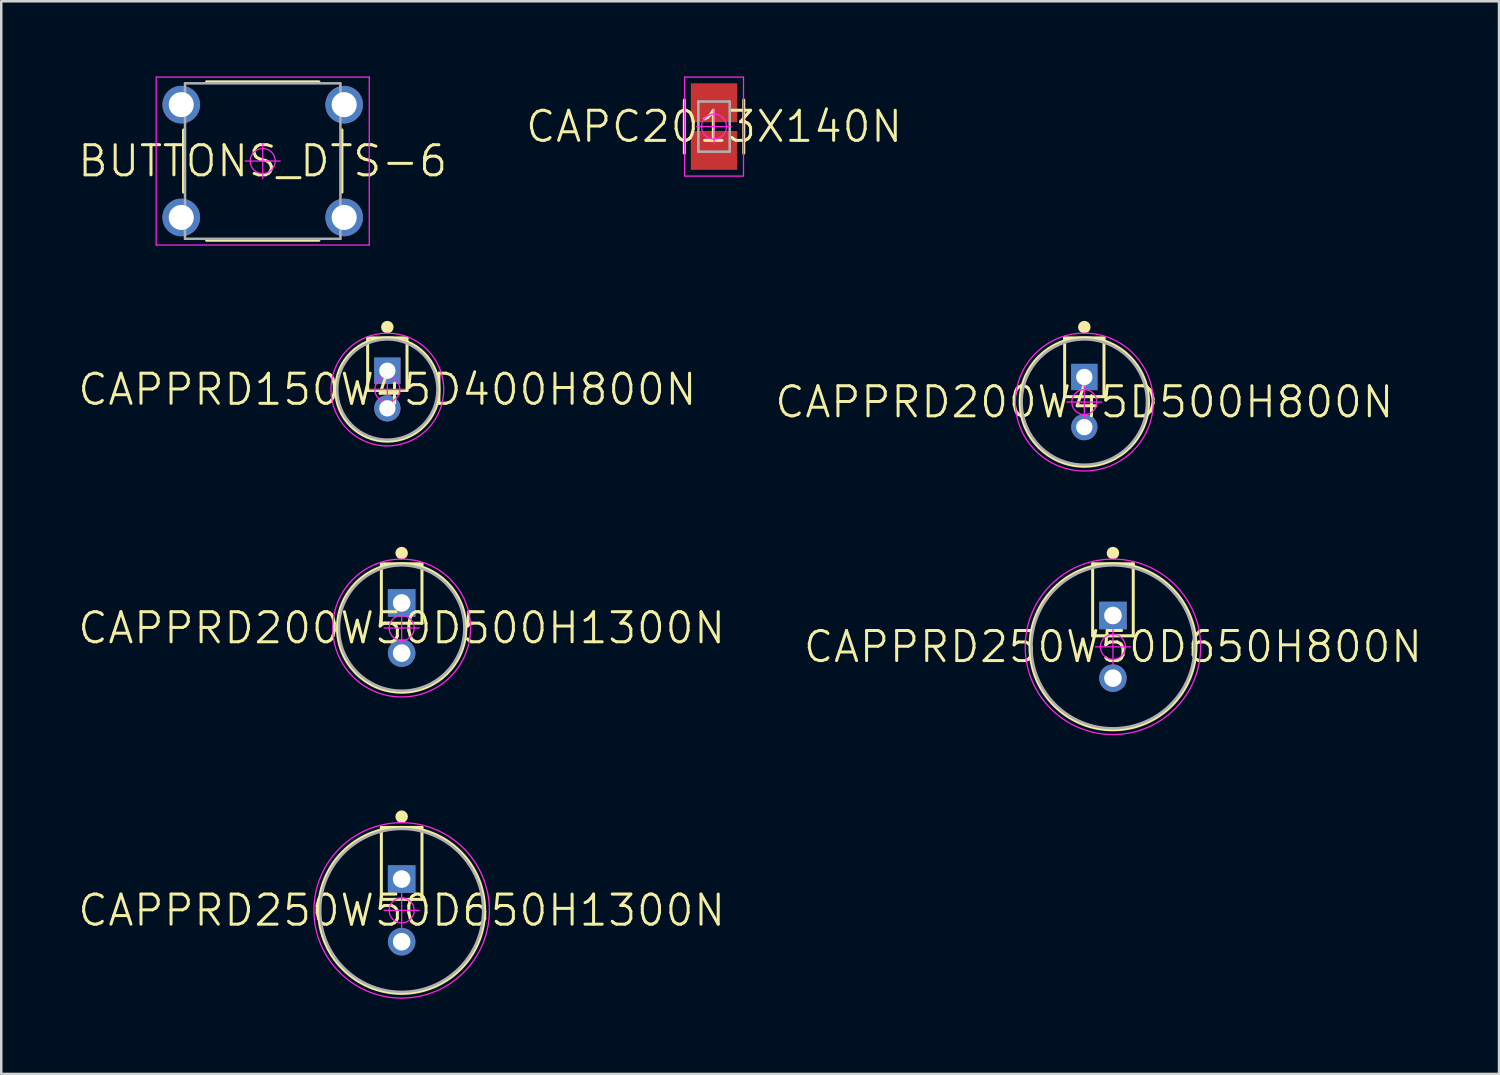
<source format=kicad_pcb>
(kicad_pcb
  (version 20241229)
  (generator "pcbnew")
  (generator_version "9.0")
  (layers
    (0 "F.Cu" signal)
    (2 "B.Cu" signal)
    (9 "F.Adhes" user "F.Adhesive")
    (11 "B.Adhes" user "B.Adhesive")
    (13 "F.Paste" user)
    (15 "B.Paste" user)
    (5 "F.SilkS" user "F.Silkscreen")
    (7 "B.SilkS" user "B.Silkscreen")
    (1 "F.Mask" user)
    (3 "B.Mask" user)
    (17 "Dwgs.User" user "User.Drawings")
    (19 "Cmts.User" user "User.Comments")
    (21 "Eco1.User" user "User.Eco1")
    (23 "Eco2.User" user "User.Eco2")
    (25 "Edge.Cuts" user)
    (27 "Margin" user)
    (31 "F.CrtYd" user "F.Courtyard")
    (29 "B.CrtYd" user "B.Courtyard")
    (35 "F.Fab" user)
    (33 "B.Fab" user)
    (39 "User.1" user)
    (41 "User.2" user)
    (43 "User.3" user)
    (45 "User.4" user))
  (footprint "CAPPRD250W50D650H800N"
    (layer "F.Cu")
    (at 41.351 22.755)
    (property "Reference" "CAPPRD250W50D650H800N" (at 0 0 0) (layer "F.SilkS") (effects (font (size 1.2 1.2) (thickness 0.12))))
    (attr through_hole)
    (fp_line (start -0.81 -3.31) (end 0.81 -3.31) (stroke (width 0.12) (type solid)) (layer "F.SilkS"))
    (fp_line (start -0.81 -0.44) (end -0.81 -3.31) (stroke (width 0.12) (type solid)) (layer "F.SilkS"))
    (fp_line (start 0.81 -3.31) (end 0.81 -0.44) (stroke (width 0.12) (type solid)) (layer "F.SilkS"))
    (fp_line (start 0.81 -0.44) (end -0.81 -0.44) (stroke (width 0.12) (type solid)) (layer "F.SilkS"))
    (fp_circle (center 0 -3.74) (end 0 -3.615) (stroke (width 0.25) (type solid)) (fill no) (layer "F.SilkS"))
    (fp_circle (center 0 0) (end 0 3.31) (stroke (width 0.12) (type solid)) (fill no) (layer "F.SilkS"))
    (fp_line (start -0.7 0) (end 0.7 0) (stroke (width 0.05) (type solid)) (layer "F.CrtYd"))
    (fp_line (start 0 -0.7) (end 0 0.7) (stroke (width 0.05) (type solid)) (layer "F.CrtYd"))
    (fp_circle (center 0 0) (end 0 0.5) (stroke (width 0.05) (type solid)) (fill no) (layer "F.CrtYd"))
    (fp_circle (center 0 0) (end 0 3.5) (stroke (width 0.05) (type solid)) (fill no) (layer "F.CrtYd"))
    (fp_circle (center 0 0) (end 0 3.25) (stroke (width 0.1) (type solid)) (fill no) (layer "F.Fab"))
    (pad "1" thru_hole rect (at 0 -1.25) (size 1.1 1.1) (drill 0.7) (layers "*.Cu" "*.Paste" "*.Mask"))
    (pad "2" thru_hole circle (at 0 1.25) (size 1.1 1.1) (drill 0.7) (layers "*.Cu" "*.Paste" "*.Mask")))
  (footprint "CAPPRD200W45D500H800N"
    (layer "F.Cu")
    (at 40.209 12.99)
    (property "Reference" "CAPPRD200W45D500H800N" (at 0 0 0) (layer "F.SilkS") (effects (font (size 1.2 1.2) (thickness 0.12))))
    (attr through_hole)
    (fp_line (start -0.785 -2.56) (end 0.785 -2.56) (stroke (width 0.12) (type solid)) (layer "F.SilkS"))
    (fp_line (start -0.785 -0.215) (end -0.785 -2.56) (stroke (width 0.12) (type solid)) (layer "F.SilkS"))
    (fp_line (start 0.785 -2.56) (end 0.785 -0.215) (stroke (width 0.12) (type solid)) (layer "F.SilkS"))
    (fp_line (start 0.785 -0.215) (end -0.785 -0.215) (stroke (width 0.12) (type solid)) (layer "F.SilkS"))
    (fp_circle (center 0 -2.99) (end 0 -2.865) (stroke (width 0.25) (type solid)) (fill no) (layer "F.SilkS"))
    (fp_circle (center 0 0) (end 0 2.56) (stroke (width 0.12) (type solid)) (fill no) (layer "F.SilkS"))
    (fp_line (start -0.7 0) (end 0.7 0) (stroke (width 0.05) (type solid)) (layer "F.CrtYd"))
    (fp_line (start 0 -0.7) (end 0 0.7) (stroke (width 0.05) (type solid)) (layer "F.CrtYd"))
    (fp_circle (center 0 0) (end 0 0.5) (stroke (width 0.05) (type solid)) (fill no) (layer "F.CrtYd"))
    (fp_circle (center 0 0) (end 0 2.75) (stroke (width 0.05) (type solid)) (fill no) (layer "F.CrtYd"))
    (fp_circle (center 0 0) (end 0 2.5) (stroke (width 0.1) (type solid)) (fill no) (layer "F.Fab"))
    (pad "1" thru_hole rect (at 0 -1) (size 1.05 1.05) (drill 0.65) (layers "*.Cu" "*.Paste" "*.Mask"))
    (pad "2" thru_hole circle (at 0 1) (size 1.05 1.05) (drill 0.65) (layers "*.Cu" "*.Paste" "*.Mask")))
  (footprint "CAPPRD150W45D400H800N"
    (layer "F.Cu")
    (at 12.403 12.49)
    (property "Reference" "CAPPRD150W45D400H800N" (at 0 0 0) (layer "F.SilkS") (effects (font (size 1.2 1.2) (thickness 0.12))))
    (attr through_hole)
    (fp_line (start -0.785 -2.06) (end 0.785 -2.06) (stroke (width 0.12) (type solid)) (layer "F.SilkS"))
    (fp_line (start -0.785 0.035) (end -0.785 -2.06) (stroke (width 0.12) (type solid)) (layer "F.SilkS"))
    (fp_line (start 0.785 -2.06) (end 0.785 0.035) (stroke (width 0.12) (type solid)) (layer "F.SilkS"))
    (fp_line (start 0.785 0.035) (end -0.785 0.035) (stroke (width 0.12) (type solid)) (layer "F.SilkS"))
    (fp_circle (center 0 -2.49) (end 0 -2.365) (stroke (width 0.25) (type solid)) (fill no) (layer "F.SilkS"))
    (fp_circle (center 0 0) (end 0 2.06) (stroke (width 0.12) (type solid)) (fill no) (layer "F.SilkS"))
    (fp_line (start -0.7 0) (end 0.7 0) (stroke (width 0.05) (type solid)) (layer "F.CrtYd"))
    (fp_line (start 0 -0.7) (end 0 0.7) (stroke (width 0.05) (type solid)) (layer "F.CrtYd"))
    (fp_circle (center 0 0) (end 0 0.5) (stroke (width 0.05) (type solid)) (fill no) (layer "F.CrtYd"))
    (fp_circle (center 0 0) (end 0 2.25) (stroke (width 0.05) (type solid)) (fill no) (layer "F.CrtYd"))
    (fp_circle (center 0 0) (end 0 2) (stroke (width 0.1) (type solid)) (fill no) (layer "F.Fab"))
    (pad "1" thru_hole rect (at 0 -0.75) (size 1.05 1.05) (drill 0.65) (layers "*.Cu" "*.Paste" "*.Mask"))
    (pad "2" thru_hole circle (at 0 0.75) (size 1.05 1.05) (drill 0.65) (layers "*.Cu" "*.Paste" "*.Mask")))
  (footprint "BUTTONS_DTS-6"
    (layer "F.Cu")
    (at 7.431 3.375)
    (property "Reference" "BUTTONS_DTS-6" (at 0 0 0) (layer "F.SilkS") (effects (font (size 1.2 1.2) (thickness 0.12))))
    (attr through_hole)
    (fp_line (start -3.16 -1.24) (end -3.16 1.24) (stroke (width 0.12) (type solid)) (layer "F.SilkS"))
    (fp_line (start -2.24 -3.16) (end 2.24 -3.16) (stroke (width 0.12) (type solid)) (layer "F.SilkS"))
    (fp_line (start -2.24 3.16) (end 2.24 3.16) (stroke (width 0.12) (type solid)) (layer "F.SilkS"))
    (fp_line (start 3.16 -1.24) (end 3.16 1.24) (stroke (width 0.12) (type solid)) (layer "F.SilkS"))
    (fp_line (start -4.25 -3.35) (end 4.25 -3.35) (stroke (width 0.05) (type solid)) (layer "F.CrtYd"))
    (fp_line (start -4.25 3.35) (end -4.25 -3.35) (stroke (width 0.05) (type solid)) (layer "F.CrtYd"))
    (fp_line (start -0.7 0) (end 0.7 0) (stroke (width 0.05) (type solid)) (layer "F.CrtYd"))
    (fp_line (start 0 -0.7) (end 0 0.7) (stroke (width 0.05) (type solid)) (layer "F.CrtYd"))
    (fp_line (start 4.25 -3.35) (end 4.25 3.35) (stroke (width 0.05) (type solid)) (layer "F.CrtYd"))
    (fp_line (start 4.25 3.35) (end -4.25 3.35) (stroke (width 0.05) (type solid)) (layer "F.CrtYd"))
    (fp_circle (center 0 0) (end 0 0.5) (stroke (width 0.05) (type solid)) (fill no) (layer "F.CrtYd"))
    (fp_line (start -3.1 -3.1) (end 3.1 -3.1) (stroke (width 0.1) (type solid)) (layer "F.Fab"))
    (fp_line (start -3.1 3.1) (end -3.1 -3.1) (stroke (width 0.1) (type solid)) (layer "F.Fab"))
    (fp_line (start 3.1 -3.1) (end 3.1 3.1) (stroke (width 0.1) (type solid)) (layer "F.Fab"))
    (fp_line (start 3.1 3.1) (end -3.1 3.1) (stroke (width 0.1) (type solid)) (layer "F.Fab"))
    (pad "1" thru_hole circle (at -3.25 -2.25) (size 1.5 1.5) (drill 1) (layers "*.Cu" "*.Paste" "*.Mask"))
    (pad "2" thru_hole circle (at 3.25 -2.25) (size 1.5 1.5) (drill 1) (layers "*.Cu" "*.Paste" "*.Mask"))
    (pad "3" thru_hole circle (at -3.25 2.25) (size 1.5 1.5) (drill 1) (layers "*.Cu" "*.Paste" "*.Mask"))
    (pad "4" thru_hole circle (at 3.25 2.25) (size 1.5 1.5) (drill 1) (layers "*.Cu" "*.Paste" "*.Mask")))
  (footprint "CAPPRD250W50D650H1300N"
    (layer "F.Cu")
    (at 12.974 33.27)
    (property "Reference" "CAPPRD250W50D650H1300N" (at 0 0 0) (layer "F.SilkS") (effects (font (size 1.2 1.2) (thickness 0.12))))
    (attr through_hole)
    (fp_line (start -0.81 -3.31) (end 0.81 -3.31) (stroke (width 0.12) (type solid)) (layer "F.SilkS"))
    (fp_line (start -0.81 -0.44) (end -0.81 -3.31) (stroke (width 0.12) (type solid)) (layer "F.SilkS"))
    (fp_line (start 0.81 -3.31) (end 0.81 -0.44) (stroke (width 0.12) (type solid)) (layer "F.SilkS"))
    (fp_line (start 0.81 -0.44) (end -0.81 -0.44) (stroke (width 0.12) (type solid)) (layer "F.SilkS"))
    (fp_circle (center 0 -3.74) (end 0 -3.615) (stroke (width 0.25) (type solid)) (fill no) (layer "F.SilkS"))
    (fp_circle (center 0 0) (end 0 3.31) (stroke (width 0.12) (type solid)) (fill no) (layer "F.SilkS"))
    (fp_line (start -0.7 0) (end 0.7 0) (stroke (width 0.05) (type solid)) (layer "F.CrtYd"))
    (fp_line (start 0 -0.7) (end 0 0.7) (stroke (width 0.05) (type solid)) (layer "F.CrtYd"))
    (fp_circle (center 0 0) (end 0 0.5) (stroke (width 0.05) (type solid)) (fill no) (layer "F.CrtYd"))
    (fp_circle (center 0 0) (end 0 3.5) (stroke (width 0.05) (type solid)) (fill no) (layer "F.CrtYd"))
    (fp_circle (center 0 0) (end 0 3.25) (stroke (width 0.1) (type solid)) (fill no) (layer "F.Fab"))
    (pad "1" thru_hole rect (at 0 -1.25) (size 1.1 1.1) (drill 0.7) (layers "*.Cu" "*.Paste" "*.Mask"))
    (pad "2" thru_hole circle (at 0 1.25) (size 1.1 1.1) (drill 0.7) (layers "*.Cu" "*.Paste" "*.Mask")))
  (footprint "CAPPRD200W50D500H1300N"
    (layer "F.Cu")
    (at 12.974 22.005)
    (property "Reference" "CAPPRD200W50D500H1300N" (at 0 0 0) (layer "F.SilkS") (effects (font (size 1.2 1.2) (thickness 0.12))))
    (attr through_hole)
    (fp_line (start -0.81 -2.56) (end 0.81 -2.56) (stroke (width 0.12) (type solid)) (layer "F.SilkS"))
    (fp_line (start -0.81 -0.19) (end -0.81 -2.56) (stroke (width 0.12) (type solid)) (layer "F.SilkS"))
    (fp_line (start 0.81 -2.56) (end 0.81 -0.19) (stroke (width 0.12) (type solid)) (layer "F.SilkS"))
    (fp_line (start 0.81 -0.19) (end -0.81 -0.19) (stroke (width 0.12) (type solid)) (layer "F.SilkS"))
    (fp_circle (center 0 -2.99) (end 0 -2.865) (stroke (width 0.25) (type solid)) (fill no) (layer "F.SilkS"))
    (fp_circle (center 0 0) (end 0 2.56) (stroke (width 0.12) (type solid)) (fill no) (layer "F.SilkS"))
    (fp_line (start -0.7 0) (end 0.7 0) (stroke (width 0.05) (type solid)) (layer "F.CrtYd"))
    (fp_line (start 0 -0.7) (end 0 0.7) (stroke (width 0.05) (type solid)) (layer "F.CrtYd"))
    (fp_circle (center 0 0) (end 0 0.5) (stroke (width 0.05) (type solid)) (fill no) (layer "F.CrtYd"))
    (fp_circle (center 0 0) (end 0 2.75) (stroke (width 0.05) (type solid)) (fill no) (layer "F.CrtYd"))
    (fp_circle (center 0 0) (end 0 2.5) (stroke (width 0.1) (type solid)) (fill no) (layer "F.Fab"))
    (pad "1" thru_hole rect (at 0 -1) (size 1.1 1.1) (drill 0.7) (layers "*.Cu" "*.Paste" "*.Mask"))
    (pad "2" thru_hole circle (at 0 1) (size 1.1 1.1) (drill 0.7) (layers "*.Cu" "*.Paste" "*.Mask")))
  (footprint "CAPC2013X140N"
    (layer "F.Cu")
    (at 25.437 2)
    (property "Reference" "CAPC2013X140N" (at 0 0 0) (layer "F.SilkS") (effects (font (size 1.2 1.2) (thickness 0.12))))
    (attr smd)
    (fp_line (start -1.185 -1.06) (end -1.185 1.06) (stroke (width 0.12) (type solid)) (layer "F.SilkS"))
    (fp_line (start 1.185 -1.06) (end 1.185 1.06) (stroke (width 0.12) (type solid)) (layer "F.SilkS"))
    (fp_line (start -1.175 -1.975) (end -1.175 -1.25) (stroke (width 0.05) (type solid)) (layer "F.CrtYd"))
    (fp_line (start -1.175 -1.25) (end -1.175 1.25) (stroke (width 0.05) (type solid)) (layer "F.CrtYd"))
    (fp_line (start -1.175 1.25) (end -1.175 1.975) (stroke (width 0.05) (type solid)) (layer "F.CrtYd"))
    (fp_line (start -1.175 1.975) (end 1.175 1.975) (stroke (width 0.05) (type solid)) (layer "F.CrtYd"))
    (fp_line (start -0.7 0) (end 0.7 0) (stroke (width 0.05) (type solid)) (layer "F.CrtYd"))
    (fp_line (start 0 -0.7) (end 0 0.7) (stroke (width 0.05) (type solid)) (layer "F.CrtYd"))
    (fp_line (start 1.175 -1.975) (end -1.175 -1.975) (stroke (width 0.05) (type solid)) (layer "F.CrtYd"))
    (fp_line (start 1.175 -1.25) (end 1.175 -1.975) (stroke (width 0.05) (type solid)) (layer "F.CrtYd"))
    (fp_line (start 1.175 1.25) (end 1.175 -1.25) (stroke (width 0.05) (type solid)) (layer "F.CrtYd"))
    (fp_line (start 1.175 1.975) (end 1.175 1.25) (stroke (width 0.05) (type solid)) (layer "F.CrtYd"))
    (fp_circle (center 0 0) (end 0 0.5) (stroke (width 0.05) (type solid)) (fill no) (layer "F.CrtYd"))
    (fp_line (start -0.625 -1) (end 0.625 -1) (stroke (width 0.1) (type solid)) (layer "F.Fab"))
    (fp_line (start -0.625 1) (end -0.625 -1) (stroke (width 0.1) (type solid)) (layer "F.Fab"))
    (fp_line (start 0.625 -1) (end 0.625 1) (stroke (width 0.1) (type solid)) (layer "F.Fab"))
    (fp_line (start 0.625 1) (end -0.625 1) (stroke (width 0.1) (type solid)) (layer "F.Fab"))
    (pad "1" smd rect (at 0 -0.95) (size 1.85 1.55) (layers "F.Cu" "F.Mask" "F.Paste"))
    (pad "2" smd rect (at 0 0.95) (size 1.85 1.55) (layers "F.Cu" "F.Mask" "F.Paste")))
  (gr_rect
    (start -3 -3)
    (end 56.754 39.795)
    (stroke (width 0.1) (type default))
    (fill no)
    (layer "Edge.Cuts")))
</source>
